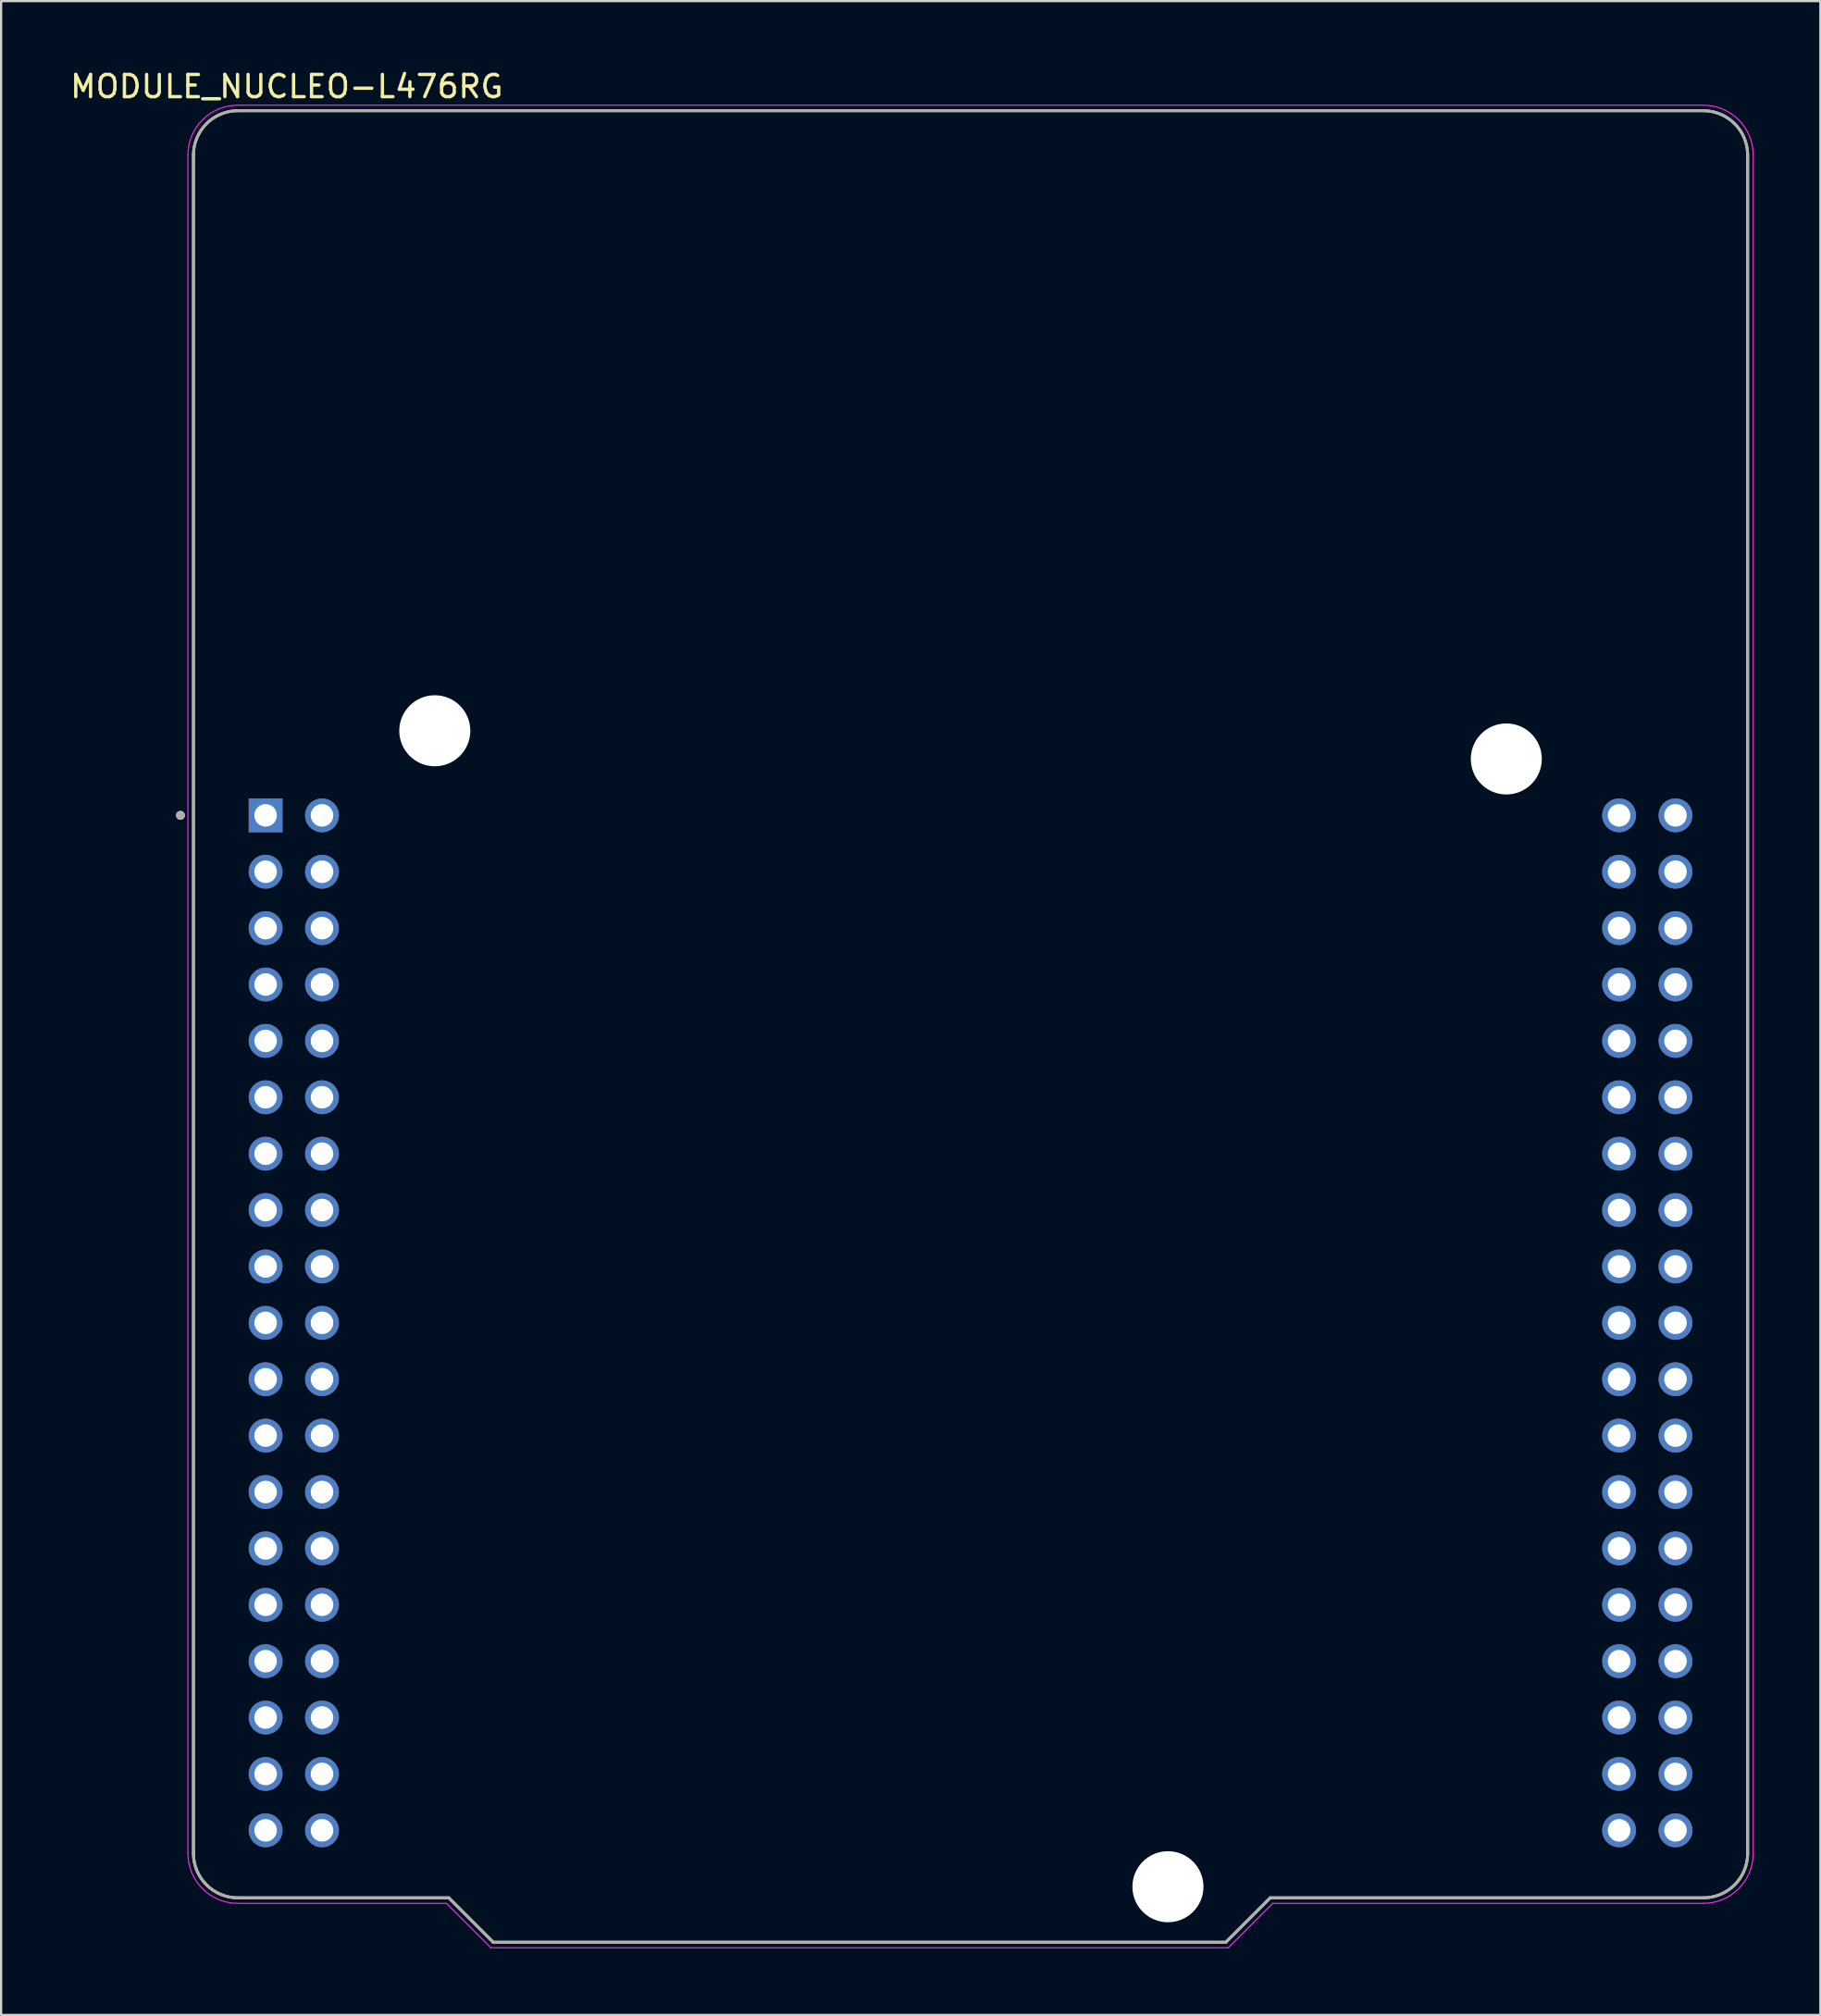
<source format=kicad_pcb>
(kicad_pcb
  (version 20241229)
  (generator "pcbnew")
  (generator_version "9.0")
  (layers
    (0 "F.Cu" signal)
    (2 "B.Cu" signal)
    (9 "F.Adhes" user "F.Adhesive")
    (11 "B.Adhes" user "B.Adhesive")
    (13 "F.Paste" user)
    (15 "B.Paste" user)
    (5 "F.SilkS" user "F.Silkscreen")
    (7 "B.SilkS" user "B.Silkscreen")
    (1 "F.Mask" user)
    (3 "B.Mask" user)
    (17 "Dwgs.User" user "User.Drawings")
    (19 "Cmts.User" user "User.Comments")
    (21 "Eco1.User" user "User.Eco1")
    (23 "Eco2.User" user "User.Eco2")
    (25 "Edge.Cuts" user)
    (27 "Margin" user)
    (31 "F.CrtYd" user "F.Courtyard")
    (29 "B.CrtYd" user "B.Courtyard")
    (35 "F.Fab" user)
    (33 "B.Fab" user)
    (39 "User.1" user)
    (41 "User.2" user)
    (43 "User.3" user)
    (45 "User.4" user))
  (footprint "MODULE_NUCLEO-L476RG"
    (layer "F.Cu")
    (at 40.663 43.187)
    (property "Reference" "MODULE_NUCLEO-L476RG" (at -30.8 -42.339 0) (layer "F.SilkS") (effects (font (size 1 1) (thickness 0.15))))
    (attr through_hole)
    (fp_line (start -35 -39.25) (end -35 37.25) (stroke (width 0.127) (type solid)) (layer "F.SilkS"))
    (fp_line (start -33 -41.25) (end 33 -41.25) (stroke (width 0.127) (type solid)) (layer "F.SilkS"))
    (fp_line (start -33 39.25) (end -23.5 39.25) (stroke (width 0.127) (type solid)) (layer "F.SilkS"))
    (fp_line (start -23.5 39.25) (end -21.5 41.25) (stroke (width 0.127) (type solid)) (layer "F.SilkS"))
    (fp_line (start -21.5 41.25) (end 11.5 41.25) (stroke (width 0.127) (type solid)) (layer "F.SilkS"))
    (fp_line (start 11.5 41.25) (end 13.5 39.25) (stroke (width 0.127) (type solid)) (layer "F.SilkS"))
    (fp_line (start 13.5 39.25) (end 33 39.25) (stroke (width 0.127) (type solid)) (layer "F.SilkS"))
    (fp_line (start 35 37.25) (end 35 -39.25) (stroke (width 0.127) (type solid)) (layer "F.SilkS"))
    (fp_arc (start -35 -39.25) (mid -34.414214 -40.664214) (end -33 -41.25) (stroke (width 0.127) (type solid)) (layer "F.SilkS"))
    (fp_arc (start -33 39.25) (mid -34.414214 38.664214) (end -35 37.25) (stroke (width 0.127) (type solid)) (layer "F.SilkS"))
    (fp_arc (start 33 -41.25) (mid 34.414214 -40.664214) (end 35 -39.25) (stroke (width 0.127) (type solid)) (layer "F.SilkS"))
    (fp_arc (start 35 37.25) (mid 34.414214 38.664214) (end 33 39.25) (stroke (width 0.127) (type solid)) (layer "F.SilkS"))
    (fp_circle (center -35.585 -9.51) (end -35.485 -9.51) (stroke (width 0.2) (type solid)) (fill no) (layer "F.SilkS"))
    (fp_line (start -35.25 -39.25) (end -35.25 37.25) (stroke (width 0.05) (type solid)) (layer "F.CrtYd"))
    (fp_line (start -33 -41.5) (end 33 -41.5) (stroke (width 0.05) (type solid)) (layer "F.CrtYd"))
    (fp_line (start -33 39.5) (end -23.604 39.5) (stroke (width 0.05) (type solid)) (layer "F.CrtYd"))
    (fp_line (start -23.604 39.5) (end -21.604 41.5) (stroke (width 0.05) (type solid)) (layer "F.CrtYd"))
    (fp_line (start -21.604 41.5) (end 11.604 41.5) (stroke (width 0.05) (type solid)) (layer "F.CrtYd"))
    (fp_line (start 11.604 41.5) (end 13.604 39.5) (stroke (width 0.05) (type solid)) (layer "F.CrtYd"))
    (fp_line (start 13.604 39.5) (end 33 39.5) (stroke (width 0.05) (type solid)) (layer "F.CrtYd"))
    (fp_line (start 35.25 37.25) (end 35.25 -39.25) (stroke (width 0.05) (type solid)) (layer "F.CrtYd"))
    (fp_arc (start -35.25 -39.25) (mid -34.59099 -40.84099) (end -33 -41.5) (stroke (width 0.05) (type solid)) (layer "F.CrtYd"))
    (fp_arc (start -33 39.5) (mid -34.59099 38.84099) (end -35.25 37.25) (stroke (width 0.05) (type solid)) (layer "F.CrtYd"))
    (fp_arc (start 33 -41.5) (mid 34.59099 -40.84099) (end 35.25 -39.25) (stroke (width 0.05) (type solid)) (layer "F.CrtYd"))
    (fp_arc (start 35.25 37.25) (mid 34.59099 38.84099) (end 33 39.5) (stroke (width 0.05) (type solid)) (layer "F.CrtYd"))
    (fp_line (start -35 -39.25) (end -35 37.25) (stroke (width 0.127) (type solid)) (layer "F.Fab"))
    (fp_line (start -33 -41.25) (end 33 -41.25) (stroke (width 0.127) (type solid)) (layer "F.Fab"))
    (fp_line (start -33 39.25) (end -23.5 39.25) (stroke (width 0.127) (type solid)) (layer "F.Fab"))
    (fp_line (start -23.5 39.25) (end -21.5 41.25) (stroke (width 0.127) (type solid)) (layer "F.Fab"))
    (fp_line (start -21.5 41.25) (end 11.5 41.25) (stroke (width 0.127) (type solid)) (layer "F.Fab"))
    (fp_line (start 11.5 41.25) (end 13.5 39.25) (stroke (width 0.127) (type solid)) (layer "F.Fab"))
    (fp_line (start 13.5 39.25) (end 33 39.25) (stroke (width 0.127) (type solid)) (layer "F.Fab"))
    (fp_line (start 35 37.25) (end 35 -39.25) (stroke (width 0.127) (type solid)) (layer "F.Fab"))
    (fp_arc (start -35 -39.25) (mid -34.414214 -40.664214) (end -33 -41.25) (stroke (width 0.127) (type solid)) (layer "F.Fab"))
    (fp_arc (start -33 39.25) (mid -34.414214 38.664214) (end -35 37.25) (stroke (width 0.127) (type solid)) (layer "F.Fab"))
    (fp_arc (start 33 -41.25) (mid 34.414214 -40.664214) (end 35 -39.25) (stroke (width 0.127) (type solid)) (layer "F.Fab"))
    (fp_arc (start 35 37.25) (mid 34.414214 38.664214) (end 33 39.25) (stroke (width 0.127) (type solid)) (layer "F.Fab"))
    (fp_circle (center -35.585 -9.51) (end -35.485 -9.51) (stroke (width 0.2) (type solid)) (fill no) (layer "F.Fab"))
    (pad "" np_thru_hole circle (at -24.13 -13.32) (size 3.2 3.2) (drill 3.2) (layers "*.Cu" "*.Mask"))
    (pad "" np_thru_hole circle (at 8.89 38.75) (size 3.2 3.2) (drill 3.2) (layers "*.Cu" "*.Mask"))
    (pad "" np_thru_hole circle (at 24.13 -12.05) (size 3.2 3.2) (drill 3.2) (layers "*.Cu" "*.Mask"))
    (pad "CN7_1" thru_hole rect (at -31.75 -9.51) (size 1.524 1.524) (drill 1.016) (layers "*.Cu" "*.Mask"))
    (pad "CN7_2" thru_hole circle (at -29.21 -9.51) (size 1.524 1.524) (drill 1.016) (layers "*.Cu" "*.Mask"))
    (pad "CN7_3" thru_hole circle (at -31.75 -6.97) (size 1.524 1.524) (drill 1.016) (layers "*.Cu" "*.Mask"))
    (pad "CN7_4" thru_hole circle (at -29.21 -6.97) (size 1.524 1.524) (drill 1.016) (layers "*.Cu" "*.Mask"))
    (pad "CN7_5" thru_hole circle (at -31.75 -4.43) (size 1.524 1.524) (drill 1.016) (layers "*.Cu" "*.Mask"))
    (pad "CN7_6" thru_hole circle (at -29.21 -4.43) (size 1.524 1.524) (drill 1.016) (layers "*.Cu" "*.Mask"))
    (pad "CN7_7" thru_hole circle (at -31.75 -1.89) (size 1.524 1.524) (drill 1.016) (layers "*.Cu" "*.Mask"))
    (pad "CN7_8" thru_hole circle (at -29.21 -1.89) (size 1.524 1.524) (drill 1.016) (layers "*.Cu" "*.Mask"))
    (pad "CN7_9" thru_hole circle (at -31.75 0.65) (size 1.524 1.524) (drill 1.016) (layers "*.Cu" "*.Mask"))
    (pad "CN7_10" thru_hole circle (at -29.21 0.65) (size 1.524 1.524) (drill 1.016) (layers "*.Cu" "*.Mask"))
    (pad "CN7_11" thru_hole circle (at -31.75 3.19) (size 1.524 1.524) (drill 1.016) (layers "*.Cu" "*.Mask"))
    (pad "CN7_12" thru_hole circle (at -29.21 3.19) (size 1.524 1.524) (drill 1.016) (layers "*.Cu" "*.Mask"))
    (pad "CN7_13" thru_hole circle (at -31.75 5.73) (size 1.524 1.524) (drill 1.016) (layers "*.Cu" "*.Mask"))
    (pad "CN7_14" thru_hole circle (at -29.21 5.73) (size 1.524 1.524) (drill 1.016) (layers "*.Cu" "*.Mask"))
    (pad "CN7_15" thru_hole circle (at -31.75 8.27) (size 1.524 1.524) (drill 1.016) (layers "*.Cu" "*.Mask"))
    (pad "CN7_16" thru_hole circle (at -29.21 8.27) (size 1.524 1.524) (drill 1.016) (layers "*.Cu" "*.Mask"))
    (pad "CN7_17" thru_hole circle (at -31.75 10.81) (size 1.524 1.524) (drill 1.016) (layers "*.Cu" "*.Mask"))
    (pad "CN7_18" thru_hole circle (at -29.21 10.81) (size 1.524 1.524) (drill 1.016) (layers "*.Cu" "*.Mask"))
    (pad "CN7_19" thru_hole circle (at -31.75 13.35) (size 1.524 1.524) (drill 1.016) (layers "*.Cu" "*.Mask"))
    (pad "CN7_20" thru_hole circle (at -29.21 13.35) (size 1.524 1.524) (drill 1.016) (layers "*.Cu" "*.Mask"))
    (pad "CN7_21" thru_hole circle (at -31.75 15.89) (size 1.524 1.524) (drill 1.016) (layers "*.Cu" "*.Mask"))
    (pad "CN7_22" thru_hole circle (at -29.21 15.89) (size 1.524 1.524) (drill 1.016) (layers "*.Cu" "*.Mask"))
    (pad "CN7_23" thru_hole circle (at -31.75 18.43) (size 1.524 1.524) (drill 1.016) (layers "*.Cu" "*.Mask"))
    (pad "CN7_24" thru_hole circle (at -29.21 18.43) (size 1.524 1.524) (drill 1.016) (layers "*.Cu" "*.Mask"))
    (pad "CN7_25" thru_hole circle (at -31.75 20.97) (size 1.524 1.524) (drill 1.016) (layers "*.Cu" "*.Mask"))
    (pad "CN7_26" thru_hole circle (at -29.21 20.97) (size 1.524 1.524) (drill 1.016) (layers "*.Cu" "*.Mask"))
    (pad "CN7_27" thru_hole circle (at -31.75 23.51) (size 1.524 1.524) (drill 1.016) (layers "*.Cu" "*.Mask"))
    (pad "CN7_28" thru_hole circle (at -29.21 23.51) (size 1.524 1.524) (drill 1.016) (layers "*.Cu" "*.Mask"))
    (pad "CN7_29" thru_hole circle (at -31.75 26.05) (size 1.524 1.524) (drill 1.016) (layers "*.Cu" "*.Mask"))
    (pad "CN7_30" thru_hole circle (at -29.21 26.05) (size 1.524 1.524) (drill 1.016) (layers "*.Cu" "*.Mask"))
    (pad "CN7_31" thru_hole circle (at -31.75 28.59) (size 1.524 1.524) (drill 1.016) (layers "*.Cu" "*.Mask"))
    (pad "CN7_32" thru_hole circle (at -29.21 28.59) (size 1.524 1.524) (drill 1.016) (layers "*.Cu" "*.Mask"))
    (pad "CN7_33" thru_hole circle (at -31.75 31.13) (size 1.524 1.524) (drill 1.016) (layers "*.Cu" "*.Mask"))
    (pad "CN7_34" thru_hole circle (at -29.21 31.13) (size 1.524 1.524) (drill 1.016) (layers "*.Cu" "*.Mask"))
    (pad "CN7_35" thru_hole circle (at -31.75 33.67) (size 1.524 1.524) (drill 1.016) (layers "*.Cu" "*.Mask"))
    (pad "CN7_36" thru_hole circle (at -29.21 33.67) (size 1.524 1.524) (drill 1.016) (layers "*.Cu" "*.Mask"))
    (pad "CN7_37" thru_hole circle (at -31.75 36.21) (size 1.524 1.524) (drill 1.016) (layers "*.Cu" "*.Mask"))
    (pad "CN7_38" thru_hole circle (at -29.21 36.21) (size 1.524 1.524) (drill 1.016) (layers "*.Cu" "*.Mask"))
    (pad "CN10_1" thru_hole circle (at 29.21 -9.51) (size 1.524 1.524) (drill 1.016) (layers "*.Cu" "*.Mask"))
    (pad "CN10_2" thru_hole circle (at 31.75 -9.51) (size 1.524 1.524) (drill 1.016) (layers "*.Cu" "*.Mask"))
    (pad "CN10_3" thru_hole circle (at 29.21 -6.97) (size 1.524 1.524) (drill 1.016) (layers "*.Cu" "*.Mask"))
    (pad "CN10_4" thru_hole circle (at 31.75 -6.97) (size 1.524 1.524) (drill 1.016) (layers "*.Cu" "*.Mask"))
    (pad "CN10_5" thru_hole circle (at 29.21 -4.43) (size 1.524 1.524) (drill 1.016) (layers "*.Cu" "*.Mask"))
    (pad "CN10_6" thru_hole circle (at 31.75 -4.43) (size 1.524 1.524) (drill 1.016) (layers "*.Cu" "*.Mask"))
    (pad "CN10_7" thru_hole circle (at 29.21 -1.89) (size 1.524 1.524) (drill 1.016) (layers "*.Cu" "*.Mask"))
    (pad "CN10_8" thru_hole circle (at 31.75 -1.89) (size 1.524 1.524) (drill 1.016) (layers "*.Cu" "*.Mask"))
    (pad "CN10_9" thru_hole circle (at 29.21 0.65) (size 1.524 1.524) (drill 1.016) (layers "*.Cu" "*.Mask"))
    (pad "CN10_10" thru_hole circle (at 31.75 0.65) (size 1.524 1.524) (drill 1.016) (layers "*.Cu" "*.Mask"))
    (pad "CN10_11" thru_hole circle (at 29.21 3.19) (size 1.524 1.524) (drill 1.016) (layers "*.Cu" "*.Mask"))
    (pad "CN10_12" thru_hole circle (at 31.75 3.19) (size 1.524 1.524) (drill 1.016) (layers "*.Cu" "*.Mask"))
    (pad "CN10_13" thru_hole circle (at 29.21 5.73) (size 1.524 1.524) (drill 1.016) (layers "*.Cu" "*.Mask"))
    (pad "CN10_14" thru_hole circle (at 31.75 5.73) (size 1.524 1.524) (drill 1.016) (layers "*.Cu" "*.Mask"))
    (pad "CN10_15" thru_hole circle (at 29.21 8.27) (size 1.524 1.524) (drill 1.016) (layers "*.Cu" "*.Mask"))
    (pad "CN10_16" thru_hole circle (at 31.75 8.27) (size 1.524 1.524) (drill 1.016) (layers "*.Cu" "*.Mask"))
    (pad "CN10_17" thru_hole circle (at 29.21 10.81) (size 1.524 1.524) (drill 1.016) (layers "*.Cu" "*.Mask"))
    (pad "CN10_18" thru_hole circle (at 31.75 10.81) (size 1.524 1.524) (drill 1.016) (layers "*.Cu" "*.Mask"))
    (pad "CN10_19" thru_hole circle (at 29.21 13.35) (size 1.524 1.524) (drill 1.016) (layers "*.Cu" "*.Mask"))
    (pad "CN10_20" thru_hole circle (at 31.75 13.35) (size 1.524 1.524) (drill 1.016) (layers "*.Cu" "*.Mask"))
    (pad "CN10_21" thru_hole circle (at 29.21 15.89) (size 1.524 1.524) (drill 1.016) (layers "*.Cu" "*.Mask"))
    (pad "CN10_22" thru_hole circle (at 31.75 15.89) (size 1.524 1.524) (drill 1.016) (layers "*.Cu" "*.Mask"))
    (pad "CN10_23" thru_hole circle (at 29.21 18.43) (size 1.524 1.524) (drill 1.016) (layers "*.Cu" "*.Mask"))
    (pad "CN10_24" thru_hole circle (at 31.75 18.43) (size 1.524 1.524) (drill 1.016) (layers "*.Cu" "*.Mask"))
    (pad "CN10_25" thru_hole circle (at 29.21 20.97) (size 1.524 1.524) (drill 1.016) (layers "*.Cu" "*.Mask"))
    (pad "CN10_26" thru_hole circle (at 31.75 20.97) (size 1.524 1.524) (drill 1.016) (layers "*.Cu" "*.Mask"))
    (pad "CN10_27" thru_hole circle (at 29.21 23.51) (size 1.524 1.524) (drill 1.016) (layers "*.Cu" "*.Mask"))
    (pad "CN10_28" thru_hole circle (at 31.75 23.51) (size 1.524 1.524) (drill 1.016) (layers "*.Cu" "*.Mask"))
    (pad "CN10_29" thru_hole circle (at 29.21 26.05) (size 1.524 1.524) (drill 1.016) (layers "*.Cu" "*.Mask"))
    (pad "CN10_30" thru_hole circle (at 31.75 26.05) (size 1.524 1.524) (drill 1.016) (layers "*.Cu" "*.Mask"))
    (pad "CN10_31" thru_hole circle (at 29.21 28.59) (size 1.524 1.524) (drill 1.016) (layers "*.Cu" "*.Mask"))
    (pad "CN10_32" thru_hole circle (at 31.75 28.59) (size 1.524 1.524) (drill 1.016) (layers "*.Cu" "*.Mask"))
    (pad "CN10_33" thru_hole circle (at 29.21 31.13) (size 1.524 1.524) (drill 1.016) (layers "*.Cu" "*.Mask"))
    (pad "CN10_34" thru_hole circle (at 31.75 31.13) (size 1.524 1.524) (drill 1.016) (layers "*.Cu" "*.Mask"))
    (pad "CN10_35" thru_hole circle (at 29.21 33.67) (size 1.524 1.524) (drill 1.016) (layers "*.Cu" "*.Mask"))
    (pad "CN10_36" thru_hole circle (at 31.75 33.67) (size 1.524 1.524) (drill 1.016) (layers "*.Cu" "*.Mask"))
    (pad "CN10_37" thru_hole circle (at 29.21 36.21) (size 1.524 1.524) (drill 1.016) (layers "*.Cu" "*.Mask"))
    (pad "CN10_38" thru_hole circle (at 31.75 36.21) (size 1.524 1.524) (drill 1.016) (layers "*.Cu" "*.Mask")))
  (gr_rect
    (start -3 -3)
    (end 78.938 87.712)
    (stroke (width 0.1) (type default))
    (fill no)
    (layer "Edge.Cuts")))
</source>
